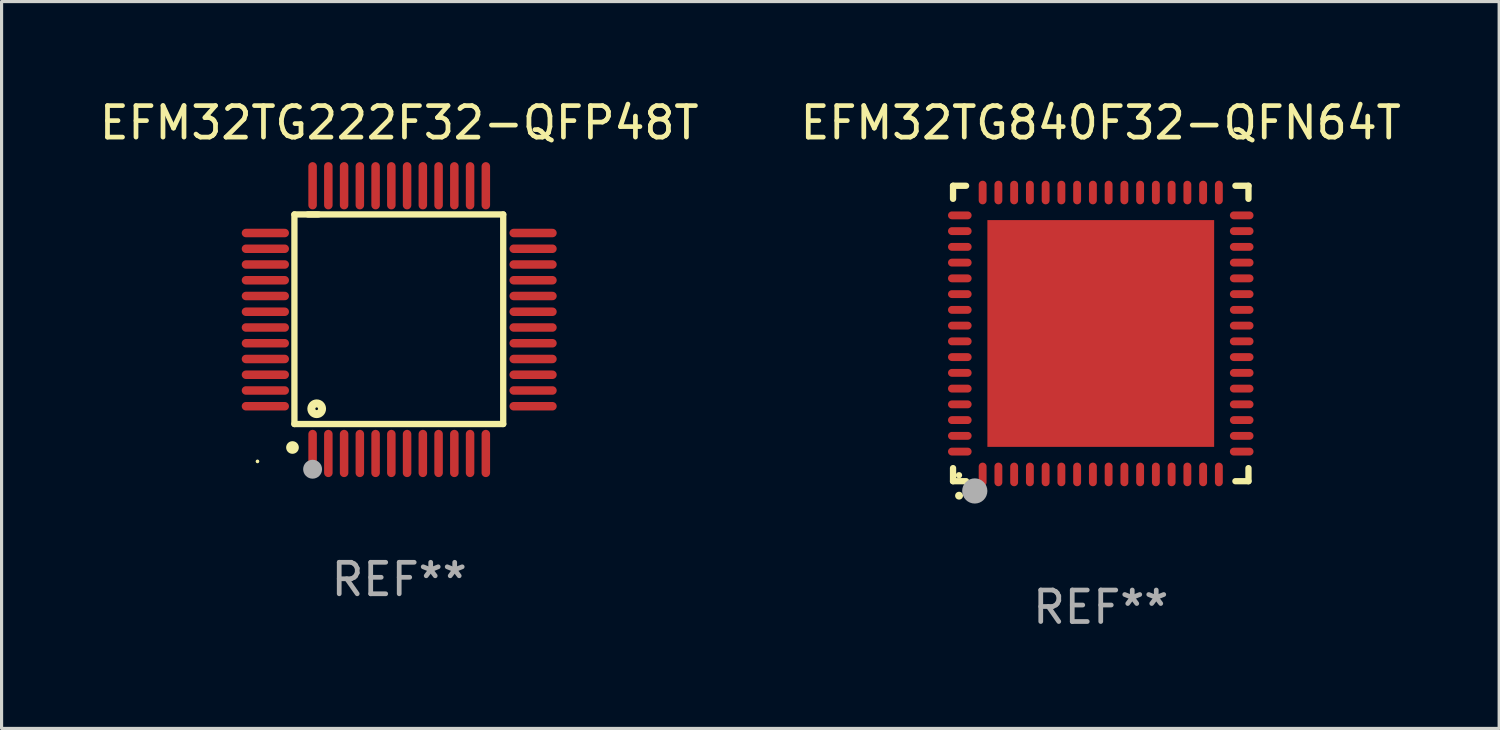
<source format=kicad_pcb>
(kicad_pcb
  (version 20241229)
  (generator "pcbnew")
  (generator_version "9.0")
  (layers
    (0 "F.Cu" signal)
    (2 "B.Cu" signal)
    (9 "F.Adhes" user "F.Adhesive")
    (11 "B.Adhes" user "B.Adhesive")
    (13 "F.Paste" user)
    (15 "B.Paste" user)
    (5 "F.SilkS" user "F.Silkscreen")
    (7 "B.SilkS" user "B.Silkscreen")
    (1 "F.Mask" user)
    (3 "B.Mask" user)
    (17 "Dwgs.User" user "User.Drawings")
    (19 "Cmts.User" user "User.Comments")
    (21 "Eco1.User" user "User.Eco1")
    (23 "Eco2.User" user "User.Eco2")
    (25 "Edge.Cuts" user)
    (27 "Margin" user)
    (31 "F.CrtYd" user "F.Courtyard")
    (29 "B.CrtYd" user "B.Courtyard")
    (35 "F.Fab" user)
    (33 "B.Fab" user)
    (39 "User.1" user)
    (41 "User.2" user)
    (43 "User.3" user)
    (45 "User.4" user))
  (footprint "EFM32TG222F32-QFP48T"
    (layer "F.Cu")
    (at 9.625 7.098)
    (property "Reference" "EFM32TG222F32-QFP48T" (at 0 -6.25 0) (layer "F.SilkS") (effects (font (size 1 1) (thickness 0.15))))
    (attr through_hole)
    (fp_line (start -3.327 -3.34) (end -2.565 -3.34) (stroke (width 0.2) (type solid)) (layer "F.SilkS"))
    (fp_line (start -3.327 3.315) (end -3.327 -3.34) (stroke (width 0.2) (type solid)) (layer "F.SilkS"))
    (fp_line (start -2.896 -3.34) (end 3.302 -3.34) (stroke (width 0.2) (type solid)) (layer "F.SilkS"))
    (fp_line (start 3.302 -3.34) (end 3.302 3.315) (stroke (width 0.2) (type solid)) (layer "F.SilkS"))
    (fp_line (start 3.302 3.315) (end -3.327 3.315) (stroke (width 0.2) (type solid)) (layer "F.SilkS"))
    (fp_arc (start -3.389992 4.059995) (mid -3.388722 4.059991) (end -3.387452 4.059995) (stroke (width 0.4) (type solid)) (layer "F.SilkS"))
    (fp_circle (center -4.5 4.5) (end -4.47 4.5) (stroke (width 0.06) (type solid)) (fill no) (layer "F.SilkS"))
    (fp_circle (center -2.62 2.83) (end -2.45 2.83) (stroke (width 0.254) (type solid)) (fill no) (layer "F.SilkS"))
    (fp_circle (center -2.75 4.75) (end -2.6 4.75) (stroke (width 0.3) (type solid)) (fill no) (layer "F.Fab"))
    (fp_text user "REF**" (at 0 8.25 0) (layer "F.Fab") (effects (font (size 1 1) (thickness 0.15))))
    (pad "1" smd oval (at -2.75 4.25) (size 0.27 1.5) (layers "F.Cu" "F.Mask" "F.Paste"))
    (pad "2" smd oval (at -2.25 4.25) (size 0.27 1.5) (layers "F.Cu" "F.Mask" "F.Paste"))
    (pad "3" smd oval (at -1.75 4.25) (size 0.27 1.5) (layers "F.Cu" "F.Mask" "F.Paste"))
    (pad "4" smd oval (at -1.25 4.25) (size 0.27 1.5) (layers "F.Cu" "F.Mask" "F.Paste"))
    (pad "5" smd oval (at -0.75 4.25) (size 0.27 1.5) (layers "F.Cu" "F.Mask" "F.Paste"))
    (pad "6" smd oval (at -0.25 4.25) (size 0.27 1.5) (layers "F.Cu" "F.Mask" "F.Paste"))
    (pad "7" smd oval (at 0.25 4.25) (size 0.27 1.5) (layers "F.Cu" "F.Mask" "F.Paste"))
    (pad "8" smd oval (at 0.75 4.25) (size 0.27 1.5) (layers "F.Cu" "F.Mask" "F.Paste"))
    (pad "9" smd oval (at 1.25 4.25) (size 0.27 1.5) (layers "F.Cu" "F.Mask" "F.Paste"))
    (pad "10" smd oval (at 1.75 4.25) (size 0.27 1.5) (layers "F.Cu" "F.Mask" "F.Paste"))
    (pad "11" smd oval (at 2.25 4.25) (size 0.27 1.5) (layers "F.Cu" "F.Mask" "F.Paste"))
    (pad "12" smd oval (at 2.75 4.25) (size 0.27 1.5) (layers "F.Cu" "F.Mask" "F.Paste"))
    (pad "13" smd oval (at 4.25 2.75) (size 1.5 0.27) (layers "F.Cu" "F.Mask" "F.Paste"))
    (pad "14" smd oval (at 4.25 2.25) (size 1.5 0.27) (layers "F.Cu" "F.Mask" "F.Paste"))
    (pad "15" smd oval (at 4.25 1.75) (size 1.5 0.27) (layers "F.Cu" "F.Mask" "F.Paste"))
    (pad "16" smd oval (at 4.25 1.25) (size 1.5 0.27) (layers "F.Cu" "F.Mask" "F.Paste"))
    (pad "17" smd oval (at 4.25 0.75) (size 1.5 0.27) (layers "F.Cu" "F.Mask" "F.Paste"))
    (pad "18" smd oval (at 4.25 0.25) (size 1.5 0.27) (layers "F.Cu" "F.Mask" "F.Paste"))
    (pad "19" smd oval (at 4.25 -0.25) (size 1.5 0.27) (layers "F.Cu" "F.Mask" "F.Paste"))
    (pad "20" smd oval (at 4.25 -0.75) (size 1.5 0.27) (layers "F.Cu" "F.Mask" "F.Paste"))
    (pad "21" smd oval (at 4.25 -1.25) (size 1.5 0.27) (layers "F.Cu" "F.Mask" "F.Paste"))
    (pad "22" smd oval (at 4.25 -1.75) (size 1.5 0.27) (layers "F.Cu" "F.Mask" "F.Paste"))
    (pad "23" smd oval (at 4.25 -2.25) (size 1.5 0.27) (layers "F.Cu" "F.Mask" "F.Paste"))
    (pad "24" smd oval (at 4.25 -2.75) (size 1.5 0.27) (layers "F.Cu" "F.Mask" "F.Paste"))
    (pad "25" smd oval (at 2.75 -4.25) (size 0.27 1.5) (layers "F.Cu" "F.Mask" "F.Paste"))
    (pad "26" smd oval (at 2.25 -4.25) (size 0.27 1.5) (layers "F.Cu" "F.Mask" "F.Paste"))
    (pad "27" smd oval (at 1.75 -4.25) (size 0.27 1.5) (layers "F.Cu" "F.Mask" "F.Paste"))
    (pad "28" smd oval (at 1.25 -4.25) (size 0.27 1.5) (layers "F.Cu" "F.Mask" "F.Paste"))
    (pad "29" smd oval (at 0.75 -4.25) (size 0.27 1.5) (layers "F.Cu" "F.Mask" "F.Paste"))
    (pad "30" smd oval (at 0.25 -4.25) (size 0.27 1.5) (layers "F.Cu" "F.Mask" "F.Paste"))
    (pad "31" smd oval (at -0.25 -4.25) (size 0.27 1.5) (layers "F.Cu" "F.Mask" "F.Paste"))
    (pad "32" smd oval (at -0.75 -4.25) (size 0.27 1.5) (layers "F.Cu" "F.Mask" "F.Paste"))
    (pad "33" smd oval (at -1.25 -4.25) (size 0.27 1.5) (layers "F.Cu" "F.Mask" "F.Paste"))
    (pad "34" smd oval (at -1.75 -4.25) (size 0.27 1.5) (layers "F.Cu" "F.Mask" "F.Paste"))
    (pad "35" smd oval (at -2.25 -4.25) (size 0.27 1.5) (layers "F.Cu" "F.Mask" "F.Paste"))
    (pad "36" smd oval (at -2.75 -4.25) (size 0.27 1.5) (layers "F.Cu" "F.Mask" "F.Paste"))
    (pad "37" smd oval (at -4.25 -2.75) (size 1.5 0.27) (layers "F.Cu" "F.Mask" "F.Paste"))
    (pad "38" smd oval (at -4.25 -2.25) (size 1.5 0.27) (layers "F.Cu" "F.Mask" "F.Paste"))
    (pad "39" smd oval (at -4.25 -1.75) (size 1.5 0.27) (layers "F.Cu" "F.Mask" "F.Paste"))
    (pad "40" smd oval (at -4.25 -1.25) (size 1.5 0.27) (layers "F.Cu" "F.Mask" "F.Paste"))
    (pad "41" smd oval (at -4.25 -0.75) (size 1.5 0.27) (layers "F.Cu" "F.Mask" "F.Paste"))
    (pad "42" smd oval (at -4.25 -0.25) (size 1.5 0.27) (layers "F.Cu" "F.Mask" "F.Paste"))
    (pad "43" smd oval (at -4.25 0.25) (size 1.5 0.27) (layers "F.Cu" "F.Mask" "F.Paste"))
    (pad "44" smd oval (at -4.25 0.75) (size 1.5 0.27) (layers "F.Cu" "F.Mask" "F.Paste"))
    (pad "45" smd oval (at -4.25 1.25) (size 1.5 0.27) (layers "F.Cu" "F.Mask" "F.Paste"))
    (pad "46" smd oval (at -4.25 1.75) (size 1.5 0.27) (layers "F.Cu" "F.Mask" "F.Paste"))
    (pad "47" smd oval (at -4.25 2.25) (size 1.5 0.27) (layers "F.Cu" "F.Mask" "F.Paste"))
    (pad "48" smd oval (at -4.25 2.75) (size 1.5 0.27) (layers "F.Cu" "F.Mask" "F.Paste")))
  (footprint "EFM32TG840F32-QFN64T"
    (layer "F.Cu")
    (at 31.899 7.538)
    (property "Reference" "EFM32TG840F32-QFN64T" (at 0 -6.69 0) (layer "F.SilkS") (effects (font (size 1 1) (thickness 0.15))))
    (attr through_hole)
    (fp_line (start -4.69 -4.69) (end -4.275 -4.69) (stroke (width 0.2) (type solid)) (layer "F.SilkS"))
    (fp_line (start -4.69 -4.275) (end -4.69 -4.69) (stroke (width 0.2) (type solid)) (layer "F.SilkS"))
    (fp_line (start -4.69 4.69) (end -4.69 4.275) (stroke (width 0.2) (type solid)) (layer "F.SilkS"))
    (fp_line (start -4.275 4.69) (end -4.69 4.69) (stroke (width 0.2) (type solid)) (layer "F.SilkS"))
    (fp_line (start 4.275 4.69) (end 4.69 4.69) (stroke (width 0.2) (type solid)) (layer "F.SilkS"))
    (fp_line (start 4.69 -4.69) (end 4.275 -4.69) (stroke (width 0.2) (type solid)) (layer "F.SilkS"))
    (fp_line (start 4.69 -4.275) (end 4.69 -4.69) (stroke (width 0.2) (type solid)) (layer "F.SilkS"))
    (fp_line (start 4.69 4.69) (end 4.69 4.275) (stroke (width 0.2) (type solid)) (layer "F.SilkS"))
    (fp_arc (start -4.499886 5.15) (mid -4.498616 5.149994) (end -4.497346 5.15) (stroke (width 0.24892) (type solid)) (layer "F.SilkS"))
    (fp_circle (center -4.5 4.5) (end -4.45 4.5) (stroke (width 0.1) (type solid)) (fill no) (layer "F.SilkS"))
    (fp_circle (center -4 5) (end -3.8 5) (stroke (width 0.4) (type solid)) (fill no) (layer "F.Fab"))
    (fp_text user "REF**" (at 0 8.69 0) (layer "F.Fab") (effects (font (size 1 1) (thickness 0.15))))
    (pad "1" smd oval (at -3.75 4.475) (size 0.25 0.75) (layers "F.Cu" "F.Mask" "F.Paste"))
    (pad "2" smd oval (at -3.25 4.475) (size 0.25 0.75) (layers "F.Cu" "F.Mask" "F.Paste"))
    (pad "3" smd oval (at -2.75 4.475) (size 0.25 0.75) (layers "F.Cu" "F.Mask" "F.Paste"))
    (pad "4" smd oval (at -2.25 4.475) (size 0.25 0.75) (layers "F.Cu" "F.Mask" "F.Paste"))
    (pad "5" smd oval (at -1.75 4.475) (size 0.25 0.75) (layers "F.Cu" "F.Mask" "F.Paste"))
    (pad "6" smd oval (at -1.25 4.475) (size 0.25 0.75) (layers "F.Cu" "F.Mask" "F.Paste"))
    (pad "7" smd oval (at -0.75 4.475) (size 0.25 0.75) (layers "F.Cu" "F.Mask" "F.Paste"))
    (pad "8" smd oval (at -0.25 4.475) (size 0.25 0.75) (layers "F.Cu" "F.Mask" "F.Paste"))
    (pad "9" smd oval (at 0.25 4.475) (size 0.25 0.75) (layers "F.Cu" "F.Mask" "F.Paste"))
    (pad "10" smd oval (at 0.75 4.475) (size 0.25 0.75) (layers "F.Cu" "F.Mask" "F.Paste"))
    (pad "11" smd oval (at 1.25 4.475) (size 0.25 0.75) (layers "F.Cu" "F.Mask" "F.Paste"))
    (pad "12" smd oval (at 1.75 4.475) (size 0.25 0.75) (layers "F.Cu" "F.Mask" "F.Paste"))
    (pad "13" smd oval (at 2.25 4.475) (size 0.25 0.75) (layers "F.Cu" "F.Mask" "F.Paste"))
    (pad "14" smd oval (at 2.75 4.475) (size 0.25 0.75) (layers "F.Cu" "F.Mask" "F.Paste"))
    (pad "15" smd oval (at 3.25 4.475) (size 0.25 0.75) (layers "F.Cu" "F.Mask" "F.Paste"))
    (pad "16" smd oval (at 3.75 4.475) (size 0.25 0.75) (layers "F.Cu" "F.Mask" "F.Paste"))
    (pad "17" smd oval (at 4.475 3.75) (size 0.75 0.25) (layers "F.Cu" "F.Mask" "F.Paste"))
    (pad "18" smd oval (at 4.475 3.25) (size 0.75 0.25) (layers "F.Cu" "F.Mask" "F.Paste"))
    (pad "19" smd oval (at 4.475 2.75) (size 0.75 0.25) (layers "F.Cu" "F.Mask" "F.Paste"))
    (pad "20" smd oval (at 4.475 2.25) (size 0.75 0.25) (layers "F.Cu" "F.Mask" "F.Paste"))
    (pad "21" smd oval (at 4.475 1.75) (size 0.75 0.25) (layers "F.Cu" "F.Mask" "F.Paste"))
    (pad "22" smd oval (at 4.475 1.25) (size 0.75 0.25) (layers "F.Cu" "F.Mask" "F.Paste"))
    (pad "23" smd oval (at 4.475 0.75) (size 0.75 0.25) (layers "F.Cu" "F.Mask" "F.Paste"))
    (pad "24" smd oval (at 4.475 0.25) (size 0.75 0.25) (layers "F.Cu" "F.Mask" "F.Paste"))
    (pad "25" smd oval (at 4.475 -0.25) (size 0.75 0.25) (layers "F.Cu" "F.Mask" "F.Paste"))
    (pad "26" smd oval (at 4.475 -0.75) (size 0.75 0.25) (layers "F.Cu" "F.Mask" "F.Paste"))
    (pad "27" smd oval (at 4.475 -1.25) (size 0.75 0.25) (layers "F.Cu" "F.Mask" "F.Paste"))
    (pad "28" smd oval (at 4.475 -1.75) (size 0.75 0.25) (layers "F.Cu" "F.Mask" "F.Paste"))
    (pad "29" smd oval (at 4.475 -2.25) (size 0.75 0.25) (layers "F.Cu" "F.Mask" "F.Paste"))
    (pad "30" smd oval (at 4.475 -2.75) (size 0.75 0.25) (layers "F.Cu" "F.Mask" "F.Paste"))
    (pad "31" smd oval (at 4.475 -3.25) (size 0.75 0.25) (layers "F.Cu" "F.Mask" "F.Paste"))
    (pad "32" smd oval (at 4.475 -3.75) (size 0.75 0.25) (layers "F.Cu" "F.Mask" "F.Paste"))
    (pad "33" smd oval (at 3.75 -4.475) (size 0.25 0.75) (layers "F.Cu" "F.Mask" "F.Paste"))
    (pad "34" smd oval (at 3.25 -4.475) (size 0.25 0.75) (layers "F.Cu" "F.Mask" "F.Paste"))
    (pad "35" smd oval (at 2.75 -4.475) (size 0.25 0.75) (layers "F.Cu" "F.Mask" "F.Paste"))
    (pad "36" smd oval (at 2.25 -4.475) (size 0.25 0.75) (layers "F.Cu" "F.Mask" "F.Paste"))
    (pad "37" smd oval (at 1.75 -4.475) (size 0.25 0.75) (layers "F.Cu" "F.Mask" "F.Paste"))
    (pad "38" smd oval (at 1.25 -4.475) (size 0.25 0.75) (layers "F.Cu" "F.Mask" "F.Paste"))
    (pad "39" smd oval (at 0.75 -4.475) (size 0.25 0.75) (layers "F.Cu" "F.Mask" "F.Paste"))
    (pad "40" smd oval (at 0.25 -4.475) (size 0.25 0.75) (layers "F.Cu" "F.Mask" "F.Paste"))
    (pad "41" smd oval (at -0.25 -4.475) (size 0.25 0.75) (layers "F.Cu" "F.Mask" "F.Paste"))
    (pad "42" smd oval (at -0.75 -4.475) (size 0.25 0.75) (layers "F.Cu" "F.Mask" "F.Paste"))
    (pad "43" smd oval (at -1.25 -4.475) (size 0.25 0.75) (layers "F.Cu" "F.Mask" "F.Paste"))
    (pad "44" smd oval (at -1.75 -4.475) (size 0.25 0.75) (layers "F.Cu" "F.Mask" "F.Paste"))
    (pad "45" smd oval (at -2.25 -4.475) (size 0.25 0.75) (layers "F.Cu" "F.Mask" "F.Paste"))
    (pad "46" smd oval (at -2.75 -4.475) (size 0.25 0.75) (layers "F.Cu" "F.Mask" "F.Paste"))
    (pad "47" smd oval (at -3.25 -4.475) (size 0.25 0.75) (layers "F.Cu" "F.Mask" "F.Paste"))
    (pad "48" smd oval (at -3.75 -4.475) (size 0.25 0.75) (layers "F.Cu" "F.Mask" "F.Paste"))
    (pad "49" smd oval (at -4.475 -3.75) (size 0.75 0.25) (layers "F.Cu" "F.Mask" "F.Paste"))
    (pad "50" smd oval (at -4.475 -3.25) (size 0.75 0.25) (layers "F.Cu" "F.Mask" "F.Paste"))
    (pad "51" smd oval (at -4.475 -2.75) (size 0.75 0.25) (layers "F.Cu" "F.Mask" "F.Paste"))
    (pad "52" smd oval (at -4.475 -2.25) (size 0.75 0.25) (layers "F.Cu" "F.Mask" "F.Paste"))
    (pad "53" smd oval (at -4.475 -1.75) (size 0.75 0.25) (layers "F.Cu" "F.Mask" "F.Paste"))
    (pad "54" smd oval (at -4.475 -1.25) (size 0.75 0.25) (layers "F.Cu" "F.Mask" "F.Paste"))
    (pad "55" smd oval (at -4.475 -0.75) (size 0.75 0.25) (layers "F.Cu" "F.Mask" "F.Paste"))
    (pad "56" smd oval (at -4.475 -0.25) (size 0.75 0.25) (layers "F.Cu" "F.Mask" "F.Paste"))
    (pad "57" smd oval (at -4.475 0.25) (size 0.75 0.25) (layers "F.Cu" "F.Mask" "F.Paste"))
    (pad "58" smd oval (at -4.475 0.75) (size 0.75 0.25) (layers "F.Cu" "F.Mask" "F.Paste"))
    (pad "59" smd oval (at -4.475 1.25) (size 0.75 0.25) (layers "F.Cu" "F.Mask" "F.Paste"))
    (pad "60" smd oval (at -4.475 1.75) (size 0.75 0.25) (layers "F.Cu" "F.Mask" "F.Paste"))
    (pad "61" smd oval (at -4.475 2.25) (size 0.75 0.25) (layers "F.Cu" "F.Mask" "F.Paste"))
    (pad "62" smd oval (at -4.475 2.75) (size 0.75 0.25) (layers "F.Cu" "F.Mask" "F.Paste"))
    (pad "63" smd oval (at -4.475 3.25) (size 0.75 0.25) (layers "F.Cu" "F.Mask" "F.Paste"))
    (pad "64" smd oval (at -4.475 3.75) (size 0.75 0.25) (layers "F.Cu" "F.Mask" "F.Paste"))
    (pad "65" smd rect (at 0.000368 0.000013) (size 7.2 7.2) (layers "F.Cu" "F.Mask" "F.Paste")))
  (gr_rect
    (start -3 -3)
    (end 44.548 20.077)
    (stroke (width 0.1) (type default))
    (fill no)
    (layer "Edge.Cuts")))
</source>
